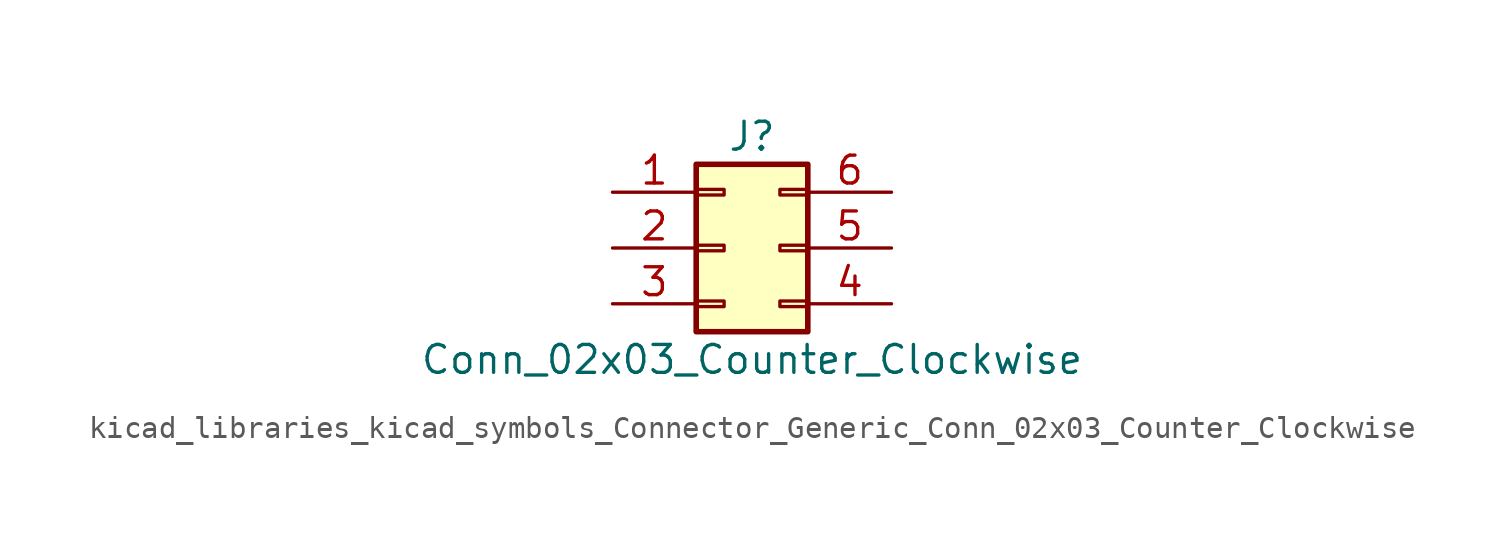
<source format=kicad_sym>
(kicad_symbol_lib
  (version 20220914)
  (generator kicad_symbol_editor)
  (symbol "kicad_libraries_kicad_symbols_Connector_Generic_Conn_02x03_Counter_Clockwise"
    (pin_names
      (offset 1.016) hide)
    (property "Reference" "J"
      (at 1.27 5.08 0)
      (effects (font (size 1.27 1.27))))
    (property "Value" "Conn_02x03_Counter_Clockwise"
      (at 1.27 -5.08 0)
      (effects (font (size 1.27 1.27))))
    (symbol "kicad_libraries_kicad_symbols_Connector_Generic_Conn_02x03_Counter_Clockwise_1_1"
      (rectangle (start -1.27 -2.413) (end 0 -2.667) (stroke (width 0.152) (type default)) (fill (type none)))
      (rectangle (start -1.27 0.127) (end 0 -0.127) (stroke (width 0.152) (type default)) (fill (type none)))
      (rectangle (start -1.27 2.667) (end 0 2.413) (stroke (width 0.152) (type default)) (fill (type none)))
      (rectangle (start -1.27 3.81) (end 3.81 -3.81) (stroke (width 0.254) (type default)) (fill (type background)))
      (rectangle (start 3.81 -2.413) (end 2.54 -2.667) (stroke (width 0.152) (type default)) (fill (type none)))
      (rectangle (start 3.81 0.127) (end 2.54 -0.127) (stroke (width 0.152) (type default)) (fill (type none)))
      (rectangle (start 3.81 2.667) (end 2.54 2.413) (stroke (width 0.152) (type default)) (fill (type none)))
      (pin passive line (at -5.08 2.54 0) (length 3.81) (name "Pin_1" (effects (font (size 1.27 1.27)))) (number "1" (effects (font (size 1.27 1.27)))))
      (pin passive line (at -5.08 0 0) (length 3.81) (name "Pin_2" (effects (font (size 1.27 1.27)))) (number "2" (effects (font (size 1.27 1.27)))))
      (pin passive line (at -5.08 -2.54 0) (length 3.81) (name "Pin_3" (effects (font (size 1.27 1.27)))) (number "3" (effects (font (size 1.27 1.27)))))
      (pin passive line (at 7.62 -2.54 180) (length 3.81) (name "Pin_4" (effects (font (size 1.27 1.27)))) (number "4" (effects (font (size 1.27 1.27)))))
      (pin passive line (at 7.62 0 180) (length 3.81) (name "Pin_5" (effects (font (size 1.27 1.27)))) (number "5" (effects (font (size 1.27 1.27)))))
      (pin passive line (at 7.62 2.54 180) (length 3.81) (name "Pin_6" (effects (font (size 1.27 1.27)))) (number "6" (effects (font (size 1.27 1.27))))))))
</source>
